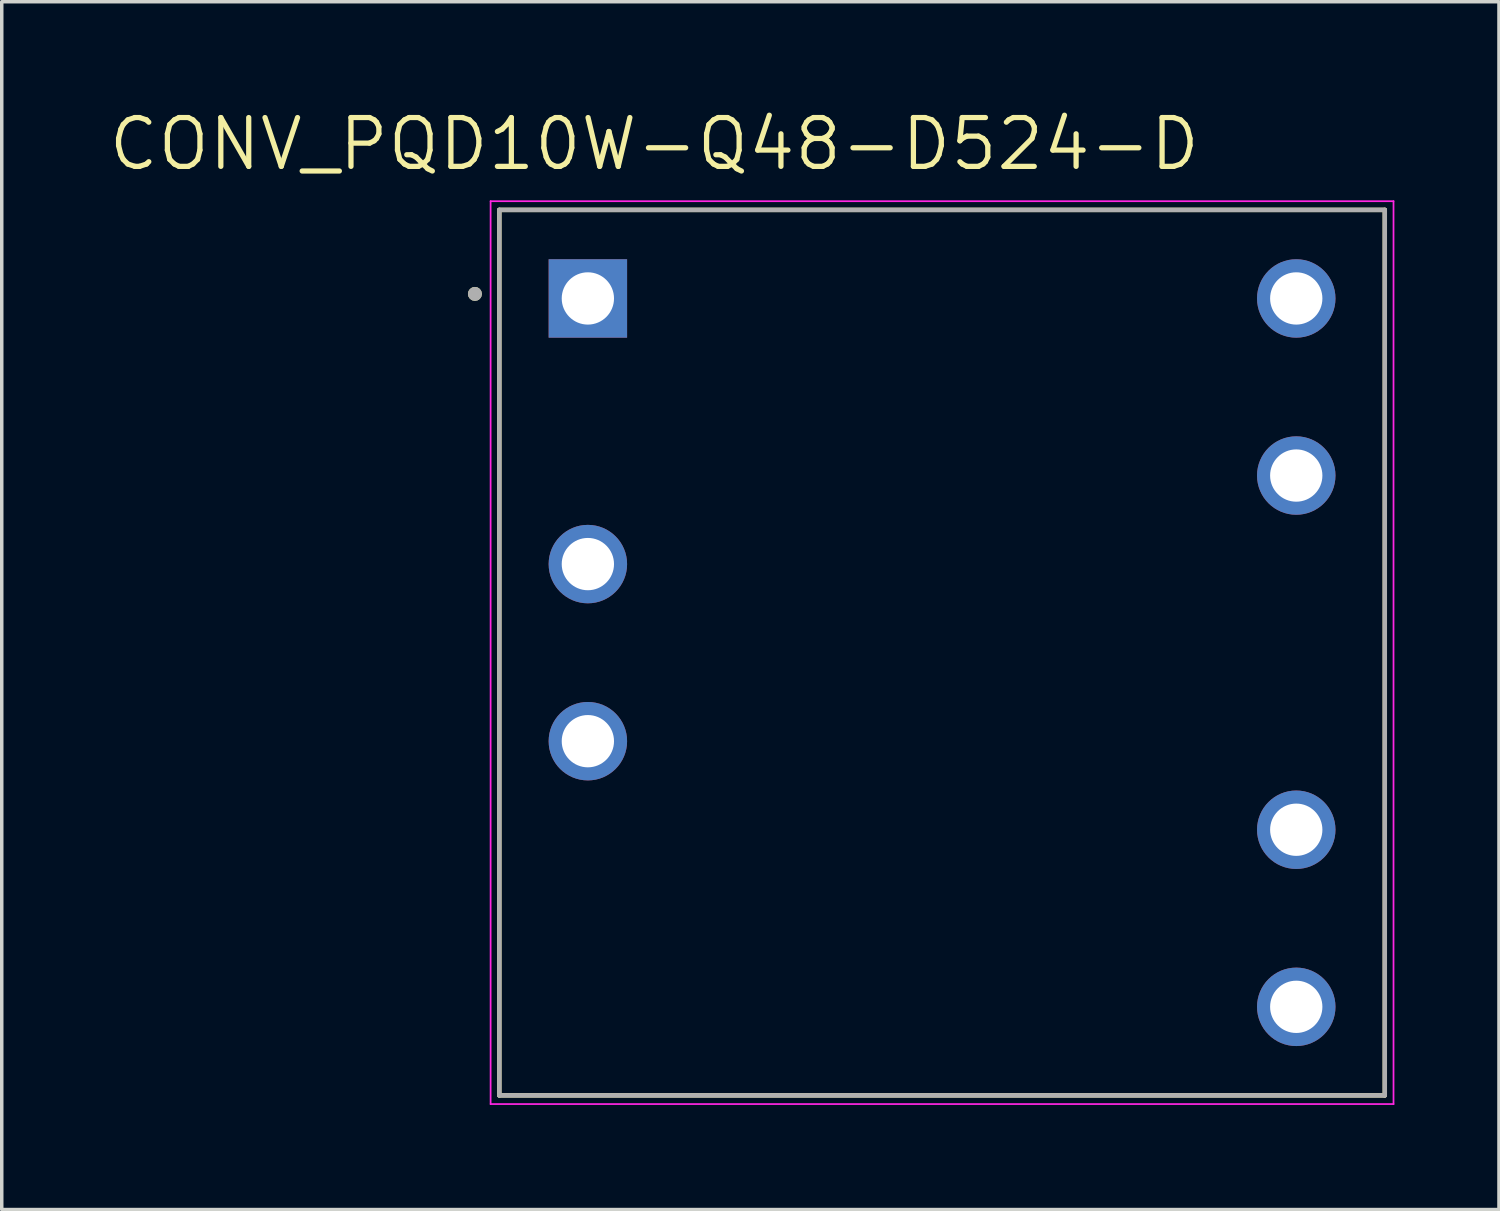
<source format=kicad_pcb>
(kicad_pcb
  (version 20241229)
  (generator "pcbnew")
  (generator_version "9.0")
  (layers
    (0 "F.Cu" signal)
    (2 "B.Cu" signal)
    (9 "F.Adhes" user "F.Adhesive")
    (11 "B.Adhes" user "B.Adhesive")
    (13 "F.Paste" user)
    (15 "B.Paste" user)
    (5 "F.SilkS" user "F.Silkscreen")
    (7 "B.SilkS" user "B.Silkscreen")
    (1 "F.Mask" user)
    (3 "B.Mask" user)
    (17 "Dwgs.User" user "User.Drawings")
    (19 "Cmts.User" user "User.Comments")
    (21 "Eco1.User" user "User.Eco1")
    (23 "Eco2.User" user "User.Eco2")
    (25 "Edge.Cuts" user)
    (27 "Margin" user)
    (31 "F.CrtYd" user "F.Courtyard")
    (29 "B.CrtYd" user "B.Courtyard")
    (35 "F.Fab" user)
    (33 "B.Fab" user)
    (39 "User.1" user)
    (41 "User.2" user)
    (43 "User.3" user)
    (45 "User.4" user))
  (footprint "CONV_PQD10W-Q48-D524-D"
    (layer "F.Cu")
    (at 23.973 15.671)
    (property "Reference" "CONV_PQD10W-Q48-D524-D" (at -8.255 -14.589 0) (layer "F.SilkS") (effects (font (size 1.4 1.4) (thickness 0.15))))
    (attr through_hole)
    (fp_line (start -12.7 -12.7) (end 12.7 -12.7) (stroke (width 0.127) (type solid)) (layer "F.SilkS"))
    (fp_line (start -12.7 12.7) (end -12.7 -12.7) (stroke (width 0.127) (type solid)) (layer "F.SilkS"))
    (fp_line (start 12.7 -12.7) (end 12.7 12.7) (stroke (width 0.127) (type solid)) (layer "F.SilkS"))
    (fp_line (start 12.7 12.7) (end -12.7 12.7) (stroke (width 0.127) (type solid)) (layer "F.SilkS"))
    (fp_circle (center -13.4 -10.29) (end -13.3 -10.29) (stroke (width 0.2) (type solid)) (fill no) (layer "F.SilkS"))
    (fp_line (start -12.95 -12.95) (end 12.95 -12.95) (stroke (width 0.05) (type solid)) (layer "F.CrtYd"))
    (fp_line (start -12.95 12.95) (end -12.95 -12.95) (stroke (width 0.05) (type solid)) (layer "F.CrtYd"))
    (fp_line (start 12.95 -12.95) (end 12.95 12.95) (stroke (width 0.05) (type solid)) (layer "F.CrtYd"))
    (fp_line (start 12.95 12.95) (end -12.95 12.95) (stroke (width 0.05) (type solid)) (layer "F.CrtYd"))
    (fp_line (start -12.7 -12.7) (end 12.7 -12.7) (stroke (width 0.127) (type solid)) (layer "F.Fab"))
    (fp_line (start -12.7 12.7) (end -12.7 -12.7) (stroke (width 0.127) (type solid)) (layer "F.Fab"))
    (fp_line (start 12.7 -12.7) (end 12.7 12.7) (stroke (width 0.127) (type solid)) (layer "F.Fab"))
    (fp_line (start 12.7 12.7) (end -12.7 12.7) (stroke (width 0.127) (type solid)) (layer "F.Fab"))
    (fp_circle (center -13.4 -10.29) (end -13.3 -10.29) (stroke (width 0.2) (type solid)) (fill no) (layer "F.Fab"))
    (pad "1" thru_hole rect (at -10.16 -10.16) (size 2.25 2.25) (drill 1.5) (layers "*.Cu" "*.Mask"))
    (pad "2" thru_hole circle (at -10.16 -2.54) (size 2.25 2.25) (drill 1.5) (layers "*.Cu" "*.Mask"))
    (pad "3" thru_hole circle (at -10.16 2.54) (size 2.25 2.25) (drill 1.5) (layers "*.Cu" "*.Mask"))
    (pad "4" thru_hole circle (at 10.16 10.16) (size 2.25 2.25) (drill 1.5) (layers "*.Cu" "*.Mask"))
    (pad "5" thru_hole circle (at 10.16 5.08) (size 2.25 2.25) (drill 1.5) (layers "*.Cu" "*.Mask"))
    (pad "6" thru_hole circle (at 10.16 -5.08) (size 2.25 2.25) (drill 1.5) (layers "*.Cu" "*.Mask"))
    (pad "7" thru_hole circle (at 10.16 -10.16) (size 2.25 2.25) (drill 1.5) (layers "*.Cu" "*.Mask")))
  (gr_rect
    (start -3 -3)
    (end 39.948 31.646)
    (stroke (width 0.1) (type default))
    (fill no)
    (layer "Edge.Cuts")))
</source>
